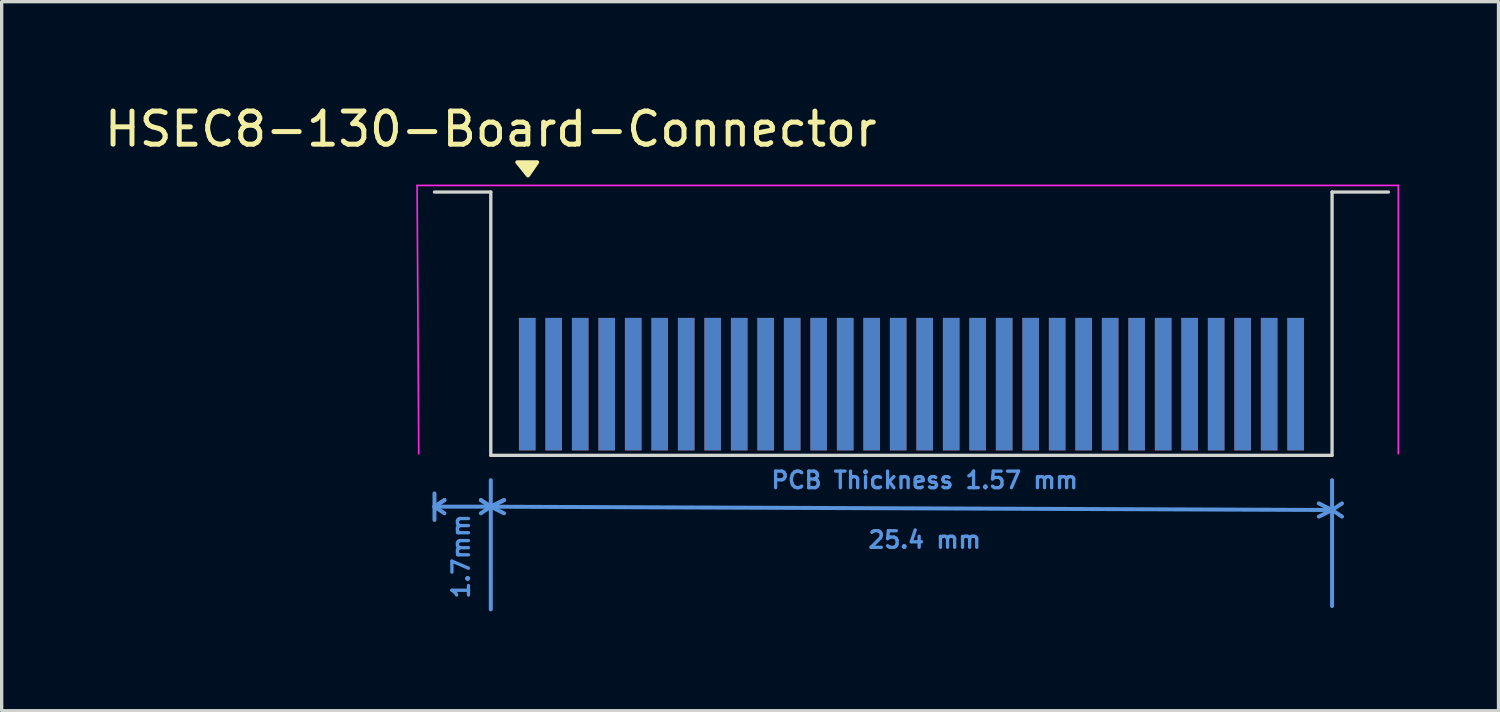
<source format=kicad_pcb>
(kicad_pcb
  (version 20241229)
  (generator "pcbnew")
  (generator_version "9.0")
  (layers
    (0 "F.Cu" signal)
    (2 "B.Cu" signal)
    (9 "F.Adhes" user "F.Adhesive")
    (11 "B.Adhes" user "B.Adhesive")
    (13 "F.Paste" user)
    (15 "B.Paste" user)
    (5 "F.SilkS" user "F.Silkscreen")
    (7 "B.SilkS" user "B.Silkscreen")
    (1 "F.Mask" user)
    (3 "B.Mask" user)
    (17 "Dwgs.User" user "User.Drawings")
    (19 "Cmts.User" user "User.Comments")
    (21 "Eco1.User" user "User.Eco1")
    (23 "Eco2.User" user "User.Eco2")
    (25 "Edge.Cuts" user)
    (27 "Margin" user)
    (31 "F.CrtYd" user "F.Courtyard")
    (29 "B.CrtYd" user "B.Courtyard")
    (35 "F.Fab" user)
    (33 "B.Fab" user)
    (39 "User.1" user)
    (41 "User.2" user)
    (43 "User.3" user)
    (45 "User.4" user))
  (footprint "HSEC8-130-Board-Connector"
    (layer "F.Cu")
    (at 24.868 8.648)
    (property "Reference" "HSEC8-130-Board-Connector" (at -13.1 -7.8 0) (unlocked yes) (layer "F.SilkS") (effects (font (size 1 1) (thickness 0.15))))
    (attr smd)
    (fp_poly (pts (xy -11.977 -6.4) (xy -12.3 -6.8) (xy -11.7 -6.8)) (stroke (width 0.12) (type solid)) (fill yes) (layer "F.SilkS"))
    (fp_line (start -14.8 3.2) (end -14.8 4) (stroke (width 0.12) (type solid)) (layer "Cmts.User"))
    (fp_line (start -14.8 3.6) (end -14.5 3.4) (stroke (width 0.12) (type solid)) (layer "Cmts.User"))
    (fp_line (start -14.8 3.6) (end -14.5 3.8) (stroke (width 0.12) (type solid)) (layer "Cmts.User"))
    (fp_line (start -14.8 3.6) (end -13.1 3.6) (stroke (width 0.12) (type solid)) (layer "Cmts.User"))
    (fp_line (start -14.5 3.4) (end -14.8 3.6) (stroke (width 0.12) (type solid)) (layer "Cmts.User"))
    (fp_line (start -13.4 3.4) (end -13.1 3.6) (stroke (width 0.12) (type solid)) (layer "Cmts.User"))
    (fp_line (start -13.1 2.8) (end -13.1 6.7) (stroke (width 0.12) (type solid)) (layer "Cmts.User"))
    (fp_line (start -13.1 3.6) (end -13.4 3.4) (stroke (width 0.12) (type solid)) (layer "Cmts.User"))
    (fp_line (start -13.1 3.6) (end -13.4 3.8) (stroke (width 0.12) (type solid)) (layer "Cmts.User"))
    (fp_line (start -13.1 3.6) (end -12.7 3.4) (stroke (width 0.12) (type solid)) (layer "Cmts.User"))
    (fp_line (start -13.1 3.6) (end -12.7 3.8) (stroke (width 0.12) (type solid)) (layer "Cmts.User"))
    (fp_line (start -13.1 3.6) (end 12.3 3.7) (stroke (width 0.12) (type solid)) (layer "Cmts.User"))
    (fp_line (start -12.7 3.4) (end -13.1 3.6) (stroke (width 0.12) (type solid)) (layer "Cmts.User"))
    (fp_line (start 12.3 2.8) (end 12.3 6.6) (stroke (width 0.12) (type solid)) (layer "Cmts.User"))
    (fp_line (start 12.3 3.7) (end 11.9 3.5) (stroke (width 0.12) (type solid)) (layer "Cmts.User"))
    (fp_line (start 12.3 3.7) (end 11.9 3.9) (stroke (width 0.12) (type solid)) (layer "Cmts.User"))
    (fp_line (start 12.3 3.7) (end 12.6 3.5) (stroke (width 0.12) (type solid)) (layer "Cmts.User"))
    (fp_line (start 12.3 3.7) (end 12.6 3.9) (stroke (width 0.12) (type solid)) (layer "Cmts.User"))
    (fp_line (start -13.1 -5.9) (end -14.8 -5.9) (stroke (width 0.1) (type solid)) (layer "Edge.Cuts"))
    (fp_line (start -13.1 -5.9) (end -13.1 2.05) (stroke (width 0.1) (type solid)) (layer "Edge.Cuts"))
    (fp_line (start -13.1 2.05) (end 12.3 2.05) (stroke (width 0.1) (type solid)) (layer "Edge.Cuts"))
    (fp_line (start 12.3 -5.9) (end 14 -5.9) (stroke (width 0.1) (type solid)) (layer "Edge.Cuts"))
    (fp_line (start 12.3 2.05) (end 12.3 -5.9) (stroke (width 0.1) (type solid)) (layer "Edge.Cuts"))
    (fp_line (start -15.325 -6.1) (end -15.275 2) (stroke (width 0.05) (type solid)) (layer "F.CrtYd"))
    (fp_line (start -15.325 -6.1) (end 14.3 -6.1) (stroke (width 0.05) (type solid)) (layer "F.CrtYd"))
    (fp_line (start 14.3 2) (end 14.3 -6.1) (stroke (width 0.05) (type solid)) (layer "F.CrtYd"))
    (fp_text user "PCB Thickness 1.57 mm" (at 0 2.8 180) (layer "Cmts.User") (effects (font (size 0.5 0.5) (thickness 0.1))))
    (fp_text user "1.7mm" (at -14 5.1 90) (unlocked yes) (layer "Cmts.User") (effects (font (size 0.5 0.5) (thickness 0.1))))
    (fp_text user "25.4 mm" (at 0 4.6 0) (unlocked yes) (layer "Cmts.User") (effects (font (size 0.5 0.5) (thickness 0.1))))
    (pad "1" smd rect (at -12 -0.1) (size 0.5 4) (layers "F.Cu" "F.Mask" "F.Paste"))
    (pad "2" smd rect (at -12 -0.1) (size 0.5 4) (layers "B.Cu" "B.Mask" "B.Paste"))
    (pad "3" smd rect (at -11.2 -0.1) (size 0.5 4) (layers "F.Cu" "F.Mask" "F.Paste"))
    (pad "4" smd rect (at -11.2 -0.1) (size 0.5 4) (layers "B.Cu" "B.Mask" "B.Paste"))
    (pad "5" smd rect (at -10.4 -0.1) (size 0.5 4) (layers "F.Cu" "F.Mask" "F.Paste"))
    (pad "6" smd rect (at -10.4 -0.1) (size 0.5 4) (layers "B.Cu" "B.Mask" "B.Paste"))
    (pad "7" smd rect (at -9.6 -0.1) (size 0.5 4) (layers "F.Cu" "F.Mask" "F.Paste"))
    (pad "8" smd rect (at -9.6 -0.1) (size 0.5 4) (layers "B.Cu" "B.Mask" "B.Paste"))
    (pad "9" smd rect (at -8.8 -0.1) (size 0.5 4) (layers "F.Cu" "F.Mask" "F.Paste"))
    (pad "10" smd rect (at -8.8 -0.1) (size 0.5 4) (layers "B.Cu" "B.Mask" "B.Paste"))
    (pad "11" smd rect (at -8 -0.1) (size 0.5 4) (layers "F.Cu" "F.Mask" "F.Paste"))
    (pad "12" smd rect (at -8 -0.1) (size 0.5 4) (layers "B.Cu" "B.Mask" "B.Paste"))
    (pad "13" smd rect (at -7.2 -0.1) (size 0.5 4) (layers "F.Cu" "F.Mask" "F.Paste"))
    (pad "14" smd rect (at -7.2 -0.1) (size 0.5 4) (layers "B.Cu" "B.Mask" "B.Paste"))
    (pad "15" smd rect (at -6.4 -0.1) (size 0.5 4) (layers "F.Cu" "F.Mask" "F.Paste"))
    (pad "16" smd rect (at -6.4 -0.1) (size 0.5 4) (layers "B.Cu" "B.Mask" "B.Paste"))
    (pad "17" smd rect (at -5.6 -0.1) (size 0.5 4) (layers "F.Cu" "F.Mask" "F.Paste"))
    (pad "18" smd rect (at -5.6 -0.1) (size 0.5 4) (layers "B.Cu" "B.Mask" "B.Paste"))
    (pad "19" smd rect (at -4.8 -0.1) (size 0.5 4) (layers "F.Cu" "F.Mask" "F.Paste"))
    (pad "20" smd rect (at -4.8 -0.1) (size 0.5 4) (layers "B.Cu" "B.Mask" "B.Paste"))
    (pad "21" smd rect (at -4 -0.1) (size 0.5 4) (layers "F.Cu" "F.Mask" "F.Paste"))
    (pad "22" smd rect (at -4 -0.1) (size 0.5 4) (layers "B.Cu" "B.Mask" "B.Paste"))
    (pad "23" smd rect (at -3.2 -0.1) (size 0.5 4) (layers "F.Cu" "F.Mask" "F.Paste"))
    (pad "24" smd rect (at -3.2 -0.1) (size 0.5 4) (layers "B.Cu" "B.Mask" "B.Paste"))
    (pad "25" smd rect (at -2.4 -0.1) (size 0.5 4) (layers "F.Cu" "F.Mask" "F.Paste"))
    (pad "26" smd rect (at -2.4 -0.1) (size 0.5 4) (layers "B.Cu" "B.Mask" "B.Paste"))
    (pad "27" smd rect (at -1.6 -0.1) (size 0.5 4) (layers "F.Cu" "F.Mask" "F.Paste"))
    (pad "28" smd rect (at -1.6 -0.1) (size 0.5 4) (layers "B.Cu" "B.Mask" "B.Paste"))
    (pad "29" smd rect (at -0.8 -0.1) (size 0.5 4) (layers "F.Cu" "F.Mask" "F.Paste"))
    (pad "30" smd rect (at -0.8 -0.1) (size 0.5 4) (layers "B.Cu" "B.Mask" "B.Paste"))
    (pad "31" smd rect (at 0 -0.1) (size 0.5 4) (layers "F.Cu" "F.Mask" "F.Paste"))
    (pad "32" smd rect (at 0 -0.1) (size 0.5 4) (layers "B.Cu" "B.Mask" "B.Paste"))
    (pad "33" smd rect (at 0.8 -0.1) (size 0.5 4) (layers "F.Cu" "F.Mask" "F.Paste"))
    (pad "34" smd rect (at 0.8 -0.1) (size 0.5 4) (layers "B.Cu" "B.Mask" "B.Paste"))
    (pad "35" smd rect (at 1.6 -0.1) (size 0.5 4) (layers "F.Cu" "F.Mask" "F.Paste"))
    (pad "36" smd rect (at 1.6 -0.1) (size 0.5 4) (layers "B.Cu" "B.Mask" "B.Paste"))
    (pad "37" smd rect (at 2.4 -0.1) (size 0.5 4) (layers "F.Cu" "F.Mask" "F.Paste"))
    (pad "38" smd rect (at 2.4 -0.1) (size 0.5 4) (layers "B.Cu" "B.Mask" "B.Paste"))
    (pad "39" smd rect (at 3.2 -0.1) (size 0.5 4) (layers "F.Cu" "F.Mask" "F.Paste"))
    (pad "40" smd rect (at 3.2 -0.1) (size 0.5 4) (layers "B.Cu" "B.Mask" "B.Paste"))
    (pad "41" smd rect (at 4 -0.1) (size 0.5 4) (layers "F.Cu" "F.Mask" "F.Paste"))
    (pad "42" smd rect (at 4 -0.1) (size 0.5 4) (layers "B.Cu" "B.Mask" "B.Paste"))
    (pad "43" smd rect (at 4.8 -0.1) (size 0.5 4) (layers "F.Cu" "F.Mask" "F.Paste"))
    (pad "44" smd rect (at 4.8 -0.1) (size 0.5 4) (layers "B.Cu" "B.Mask" "B.Paste"))
    (pad "45" smd rect (at 5.6 -0.1) (size 0.5 4) (layers "F.Cu" "F.Mask" "F.Paste"))
    (pad "46" smd rect (at 5.6 -0.1) (size 0.5 4) (layers "B.Cu" "B.Mask" "B.Paste"))
    (pad "47" smd rect (at 6.4 -0.1) (size 0.5 4) (layers "F.Cu" "F.Mask" "F.Paste"))
    (pad "48" smd rect (at 6.4 -0.1) (size 0.5 4) (layers "B.Cu" "B.Mask" "B.Paste"))
    (pad "49" smd rect (at 7.2 -0.1) (size 0.5 4) (layers "F.Cu" "F.Mask" "F.Paste"))
    (pad "50" smd rect (at 7.2 -0.1) (size 0.5 4) (layers "B.Cu" "B.Mask" "B.Paste"))
    (pad "51" smd rect (at 8 -0.1) (size 0.5 4) (layers "F.Cu" "F.Mask" "F.Paste"))
    (pad "52" smd rect (at 8 -0.1) (size 0.5 4) (layers "B.Cu" "B.Mask" "B.Paste"))
    (pad "53" smd rect (at 8.8 -0.1) (size 0.5 4) (layers "F.Cu" "F.Mask" "F.Paste"))
    (pad "54" smd rect (at 8.8 -0.1) (size 0.5 4) (layers "B.Cu" "B.Mask" "B.Paste"))
    (pad "55" smd rect (at 9.6 -0.1) (size 0.5 4) (layers "F.Cu" "F.Mask" "F.Paste"))
    (pad "56" smd rect (at 9.6 -0.1) (size 0.5 4) (layers "B.Cu" "B.Mask" "B.Paste"))
    (pad "57" smd rect (at 10.4 -0.1) (size 0.5 4) (layers "F.Cu" "F.Mask" "F.Paste"))
    (pad "58" smd rect (at 10.4 -0.1) (size 0.5 4) (layers "B.Cu" "B.Mask" "B.Paste"))
    (pad "59" smd rect (at 11.2 -0.1) (size 0.5 4) (layers "F.Cu" "F.Mask" "F.Paste"))
    (pad "60" smd rect (at 11.2 -0.1) (size 0.5 4) (layers "B.Cu" "B.Mask" "B.Paste")))
  (gr_rect
    (start -3 -3)
    (end 42.193 18.408)
    (stroke (width 0.1) (type default))
    (fill no)
    (layer "Edge.Cuts")))
</source>
